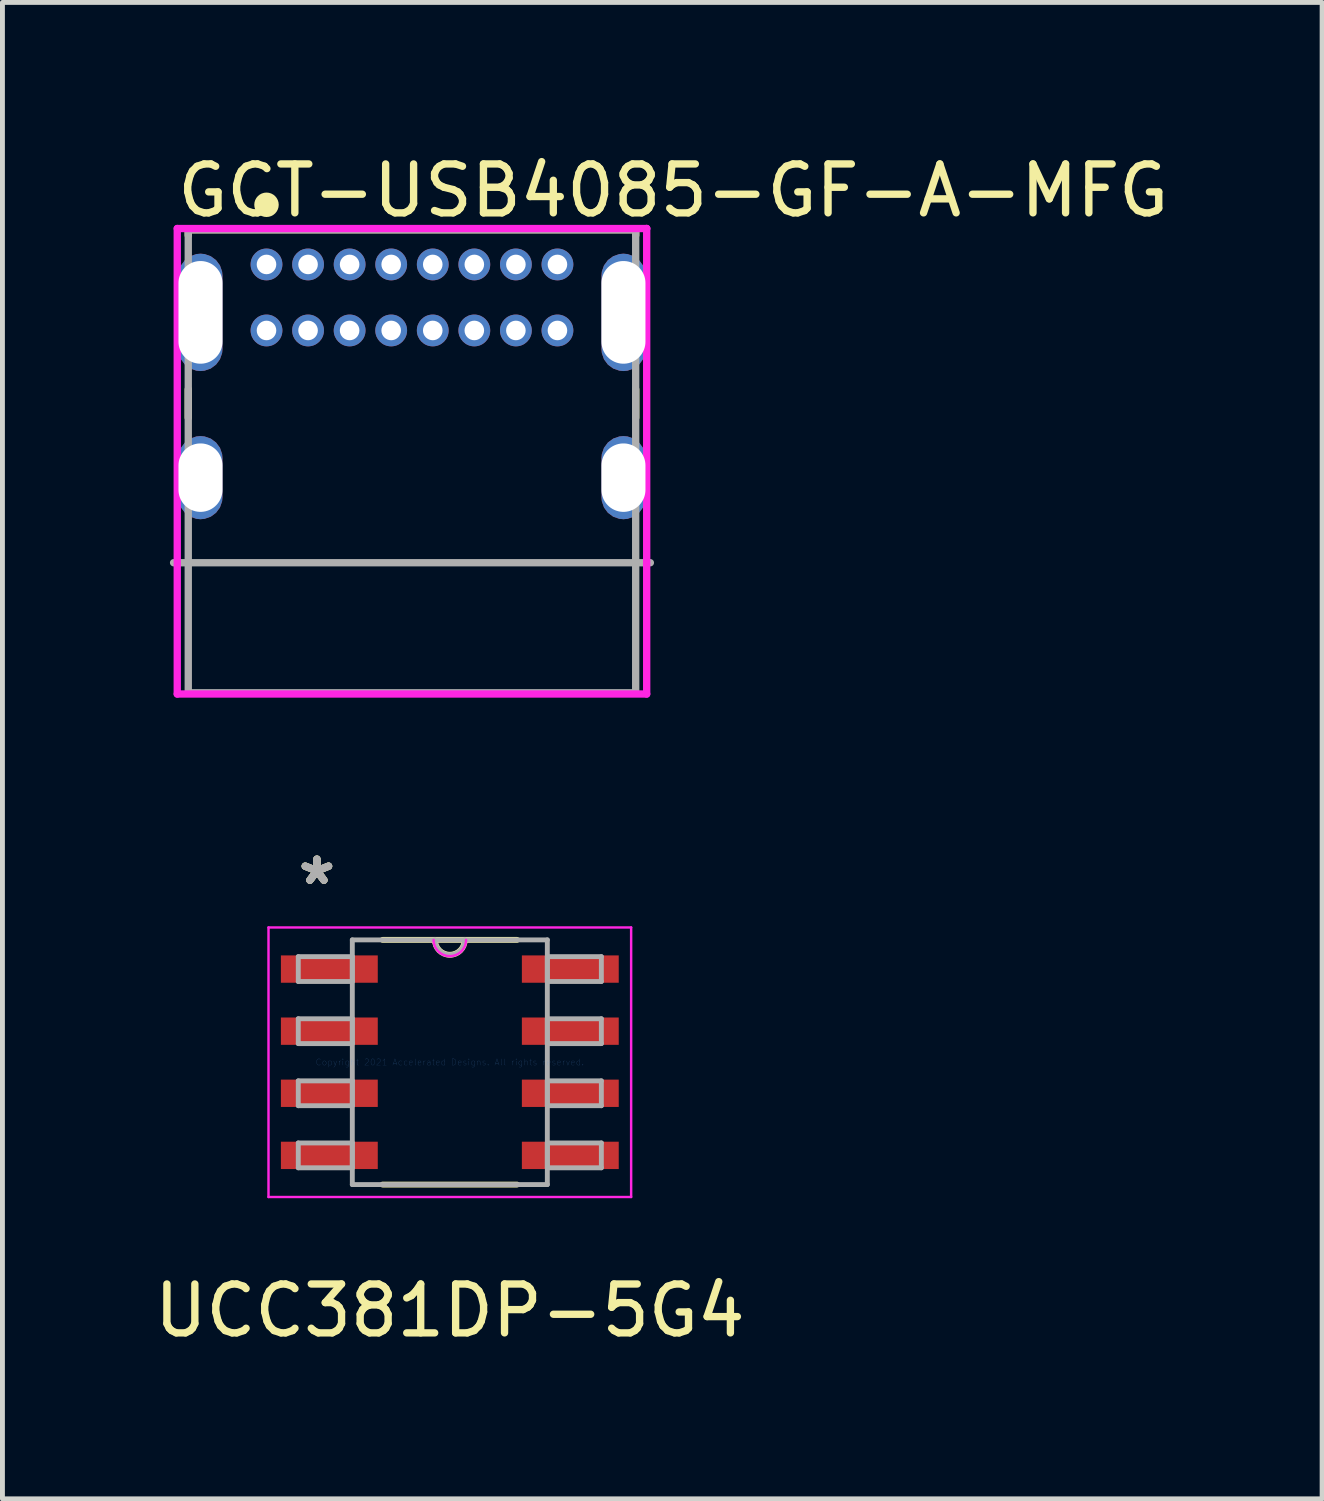
<source format=kicad_pcb>
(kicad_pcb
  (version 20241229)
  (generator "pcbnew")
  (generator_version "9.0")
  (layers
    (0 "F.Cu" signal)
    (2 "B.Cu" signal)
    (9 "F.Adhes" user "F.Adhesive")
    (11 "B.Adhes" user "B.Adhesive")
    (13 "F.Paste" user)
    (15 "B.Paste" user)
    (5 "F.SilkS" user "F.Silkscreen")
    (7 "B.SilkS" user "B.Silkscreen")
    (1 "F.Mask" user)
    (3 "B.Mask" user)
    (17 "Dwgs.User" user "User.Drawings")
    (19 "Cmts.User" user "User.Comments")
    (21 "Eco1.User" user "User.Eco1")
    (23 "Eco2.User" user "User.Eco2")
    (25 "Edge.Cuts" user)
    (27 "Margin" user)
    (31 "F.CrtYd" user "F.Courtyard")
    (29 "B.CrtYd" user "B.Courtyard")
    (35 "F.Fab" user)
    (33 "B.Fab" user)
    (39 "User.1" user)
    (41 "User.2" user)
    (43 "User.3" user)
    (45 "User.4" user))
  (footprint "UCC381DP-5G4"
    (layer "F.Cu")
    (at 6.149 18.673)
    (property "Reference" "UCC381DP-5G4" (at 0 5.08 0) (layer "F.SilkS") (effects (font (size 1 1) (thickness 0.15))))
    (attr through_hole)
    (fp_line (start -1.374 2.502) (end 1.374 2.502) (stroke (width 0.12) (type solid)) (layer "F.SilkS"))
    (fp_line (start 1.374 -2.502) (end -1.374 -2.502) (stroke (width 0.12) (type solid)) (layer "F.SilkS"))
    (fp_arc (start 0.3048 -2.5019) (mid 0 -2.1971) (end -0.3048 -2.5019) (stroke (width 0.12) (type solid)) (layer "F.SilkS"))
    (fp_line (start -3.708 -2.756) (end 3.708 -2.756) (stroke (width 0.05) (type solid)) (layer "F.CrtYd"))
    (fp_line (start -3.708 2.756) (end -3.708 -2.756) (stroke (width 0.05) (type solid)) (layer "F.CrtYd"))
    (fp_line (start 3.708 -2.756) (end 3.708 2.756) (stroke (width 0.05) (type solid)) (layer "F.CrtYd"))
    (fp_line (start 3.708 2.756) (end -3.708 2.756) (stroke (width 0.05) (type solid)) (layer "F.CrtYd"))
    (fp_arc (start 0.332317 -2.5019) (mid 0 -2.169583) (end -0.332317 -2.5019) (stroke (width 0.05) (type solid)) (layer "F.CrtYd"))
    (fp_line (start -3.099 -2.159) (end -3.099 -1.651) (stroke (width 0.1) (type solid)) (layer "F.Fab"))
    (fp_line (start -3.099 -1.651) (end -1.994 -1.651) (stroke (width 0.1) (type solid)) (layer "F.Fab"))
    (fp_line (start -3.099 -0.889) (end -3.099 -0.381) (stroke (width 0.1) (type solid)) (layer "F.Fab"))
    (fp_line (start -3.099 -0.381) (end -1.994 -0.381) (stroke (width 0.1) (type solid)) (layer "F.Fab"))
    (fp_line (start -3.099 0.381) (end -3.099 0.889) (stroke (width 0.1) (type solid)) (layer "F.Fab"))
    (fp_line (start -3.099 0.889) (end -1.994 0.889) (stroke (width 0.1) (type solid)) (layer "F.Fab"))
    (fp_line (start -3.099 1.651) (end -3.099 2.159) (stroke (width 0.1) (type solid)) (layer "F.Fab"))
    (fp_line (start -3.099 2.159) (end -1.994 2.159) (stroke (width 0.1) (type solid)) (layer "F.Fab"))
    (fp_line (start -1.994 -2.502) (end -1.994 2.502) (stroke (width 0.1) (type solid)) (layer "F.Fab"))
    (fp_line (start -1.994 -2.159) (end -3.099 -2.159) (stroke (width 0.1) (type solid)) (layer "F.Fab"))
    (fp_line (start -1.994 -1.651) (end -1.994 -2.159) (stroke (width 0.1) (type solid)) (layer "F.Fab"))
    (fp_line (start -1.994 -0.889) (end -3.099 -0.889) (stroke (width 0.1) (type solid)) (layer "F.Fab"))
    (fp_line (start -1.994 -0.381) (end -1.994 -0.889) (stroke (width 0.1) (type solid)) (layer "F.Fab"))
    (fp_line (start -1.994 0.381) (end -3.099 0.381) (stroke (width 0.1) (type solid)) (layer "F.Fab"))
    (fp_line (start -1.994 0.889) (end -1.994 0.381) (stroke (width 0.1) (type solid)) (layer "F.Fab"))
    (fp_line (start -1.994 1.651) (end -3.099 1.651) (stroke (width 0.1) (type solid)) (layer "F.Fab"))
    (fp_line (start -1.994 2.159) (end -1.994 1.651) (stroke (width 0.1) (type solid)) (layer "F.Fab"))
    (fp_line (start -1.994 2.502) (end 1.994 2.502) (stroke (width 0.1) (type solid)) (layer "F.Fab"))
    (fp_line (start 1.994 -2.502) (end -1.994 -2.502) (stroke (width 0.1) (type solid)) (layer "F.Fab"))
    (fp_line (start 1.994 -2.159) (end 1.994 -1.651) (stroke (width 0.1) (type solid)) (layer "F.Fab"))
    (fp_line (start 1.994 -1.651) (end 3.099 -1.651) (stroke (width 0.1) (type solid)) (layer "F.Fab"))
    (fp_line (start 1.994 -0.889) (end 1.994 -0.381) (stroke (width 0.1) (type solid)) (layer "F.Fab"))
    (fp_line (start 1.994 -0.381) (end 3.099 -0.381) (stroke (width 0.1) (type solid)) (layer "F.Fab"))
    (fp_line (start 1.994 0.381) (end 1.994 0.889) (stroke (width 0.1) (type solid)) (layer "F.Fab"))
    (fp_line (start 1.994 0.889) (end 3.099 0.889) (stroke (width 0.1) (type solid)) (layer "F.Fab"))
    (fp_line (start 1.994 1.651) (end 1.994 2.159) (stroke (width 0.1) (type solid)) (layer "F.Fab"))
    (fp_line (start 1.994 2.159) (end 3.099 2.159) (stroke (width 0.1) (type solid)) (layer "F.Fab"))
    (fp_line (start 1.994 2.502) (end 1.994 -2.502) (stroke (width 0.1) (type solid)) (layer "F.Fab"))
    (fp_line (start 3.099 -2.159) (end 1.994 -2.159) (stroke (width 0.1) (type solid)) (layer "F.Fab"))
    (fp_line (start 3.099 -1.651) (end 3.099 -2.159) (stroke (width 0.1) (type solid)) (layer "F.Fab"))
    (fp_line (start 3.099 -0.889) (end 1.994 -0.889) (stroke (width 0.1) (type solid)) (layer "F.Fab"))
    (fp_line (start 3.099 -0.381) (end 3.099 -0.889) (stroke (width 0.1) (type solid)) (layer "F.Fab"))
    (fp_line (start 3.099 0.381) (end 1.994 0.381) (stroke (width 0.1) (type solid)) (layer "F.Fab"))
    (fp_line (start 3.099 0.889) (end 3.099 0.381) (stroke (width 0.1) (type solid)) (layer "F.Fab"))
    (fp_line (start 3.099 1.651) (end 1.994 1.651) (stroke (width 0.1) (type solid)) (layer "F.Fab"))
    (fp_line (start 3.099 2.159) (end 3.099 1.651) (stroke (width 0.1) (type solid)) (layer "F.Fab"))
    (fp_arc (start 0.3048 -2.5019) (mid 0 -2.1971) (end -0.3048 -2.5019) (stroke (width 0.1) (type solid)) (layer "F.Fab"))
    (fp_text user "*" (at -2.718 -3.607 0) (layer "F.SilkS") (effects (font (size 1 1) (thickness 0.15))))
    (fp_text user "*" (at -2.718 -3.607 0) (layer "F.SilkS") (effects (font (size 1 1) (thickness 0.15))))
    (fp_text user "Copyright 2021 Accelerated Designs. All rights reserved." (at 0 0 0) (layer "Cmts.User") (effects (font (size 0.127 0.127) (thickness 0.002))))
    (fp_text user "*" (at -2.718 -3.607 0) (layer "F.Fab") (effects (font (size 1 1) (thickness 0.15))))
    (fp_text user "*" (at -2.718 -3.607 0) (layer "F.Fab") (effects (font (size 1 1) (thickness 0.15))))
    (pad "1" smd rect (at -2.464 -1.905) (size 1.981 0.559) (layers "F.Cu" "F.Mask" "F.Paste"))
    (pad "2" smd rect (at -2.464 -0.635) (size 1.981 0.559) (layers "F.Cu" "F.Mask" "F.Paste"))
    (pad "3" smd rect (at -2.464 0.635) (size 1.981 0.559) (layers "F.Cu" "F.Mask" "F.Paste"))
    (pad "4" smd rect (at -2.464 1.905) (size 1.981 0.559) (layers "F.Cu" "F.Mask" "F.Paste"))
    (pad "5" smd rect (at 2.464 1.905) (size 1.981 0.559) (layers "F.Cu" "F.Mask" "F.Paste"))
    (pad "6" smd rect (at 2.464 0.635) (size 1.981 0.559) (layers "F.Cu" "F.Mask" "F.Paste"))
    (pad "7" smd rect (at 2.464 -0.635) (size 1.981 0.559) (layers "F.Cu" "F.Mask" "F.Paste"))
    (pad "8" smd rect (at 2.464 -1.905) (size 1.981 0.559) (layers "F.Cu" "F.Mask" "F.Paste")))
  (footprint "GCT-USB4085-GF-A-MFG"
    (layer "F.Cu")
    (at 5.375 6.383)
    (property "Reference" "GCT-USB4085-GF-A-MFG" (at -4.875 -5.535 0) (layer "F.SilkS") (effects (font (size 1 1) (thickness 0.15)) (justify left)))
    (attr through_hole)
    (fp_line (start -4.575 -4.735) (end 4.575 -4.735) (stroke (width 0.15) (type solid)) (layer "F.SilkS"))
    (fp_line (start -4.575 -4.62) (end -4.575 -4.735) (stroke (width 0.15) (type solid)) (layer "F.SilkS"))
    (fp_line (start -4.575 -0.89) (end -4.575 -1.47) (stroke (width 0.15) (type solid)) (layer "F.SilkS"))
    (fp_line (start 4.575 -4.62) (end 4.575 -4.735) (stroke (width 0.15) (type solid)) (layer "F.SilkS"))
    (fp_line (start 4.575 -0.89) (end 4.575 -1.47) (stroke (width 0.15) (type solid)) (layer "F.SilkS"))
    (fp_circle (center -2.975 -5.245) (end -2.85 -5.245) (stroke (width 0.25) (type solid)) (fill no) (layer "F.SilkS"))
    (fp_line (start -4.8 -4.76) (end -4.8 4.76) (stroke (width 0.15) (type solid)) (layer "F.CrtYd"))
    (fp_line (start -4.8 4.76) (end 4.8 4.76) (stroke (width 0.15) (type solid)) (layer "F.CrtYd"))
    (fp_line (start 4.8 -4.76) (end -4.8 -4.76) (stroke (width 0.15) (type solid)) (layer "F.CrtYd"))
    (fp_line (start 4.8 -4.76) (end 4.8 -4.76) (stroke (width 0.15) (type solid)) (layer "F.CrtYd"))
    (fp_line (start 4.8 4.76) (end 4.8 -4.76) (stroke (width 0.15) (type solid)) (layer "F.CrtYd"))
    (fp_line (start -4.875 2.075) (end 4.875 2.075) (stroke (width 0.15) (type solid)) (layer "F.Fab"))
    (fp_line (start -4.575 -4.735) (end 4.575 -4.735) (stroke (width 0.15) (type solid)) (layer "F.Fab"))
    (fp_line (start -4.575 4.735) (end -4.575 -4.735) (stroke (width 0.15) (type solid)) (layer "F.Fab"))
    (fp_line (start 4.575 -4.735) (end 4.575 4.735) (stroke (width 0.15) (type solid)) (layer "F.Fab"))
    (fp_line (start 4.575 4.735) (end -4.575 4.735) (stroke (width 0.15) (type solid)) (layer "F.Fab"))
    (pad "1" thru_hole roundrect (at -4.325 -3.045) (size 0.9 2.4) (drill oval 2.1) (layers "*.Cu") (roundrect_rratio 0.5))
    (pad "2" thru_hole roundrect (at 4.325 -3.045) (size 0.9 2.4) (drill oval 2.1) (layers "*.Cu") (roundrect_rratio 0.5))
    (pad "3" thru_hole roundrect (at -4.325 0.335) (size 0.9 1.7) (drill oval 1.4) (layers "*.Cu") (roundrect_rratio 0.5))
    (pad "4" thru_hole roundrect (at 4.325 0.335) (size 0.9 1.7) (drill oval 1.4) (layers "*.Cu") (roundrect_rratio 0.5))
    (pad "A1" thru_hole circle (at -2.975 -4.025) (size 0.65 0.65) (drill 0.4) (layers "*.Cu"))
    (pad "A4" thru_hole circle (at -2.125 -4.025) (size 0.65 0.65) (drill 0.4) (layers "*.Cu"))
    (pad "A5" thru_hole circle (at -1.275 -4.025) (size 0.65 0.65) (drill 0.4) (layers "*.Cu"))
    (pad "A6" thru_hole circle (at -0.425 -4.025) (size 0.65 0.65) (drill 0.4) (layers "*.Cu"))
    (pad "A7" thru_hole circle (at 0.425 -4.025) (size 0.65 0.65) (drill 0.4) (layers "*.Cu"))
    (pad "A8" thru_hole circle (at 1.275 -4.025) (size 0.65 0.65) (drill 0.4) (layers "*.Cu"))
    (pad "A9" thru_hole circle (at 2.125 -4.025) (size 0.65 0.65) (drill 0.4) (layers "*.Cu"))
    (pad "A12" thru_hole circle (at 2.975 -4.025) (size 0.65 0.65) (drill 0.4) (layers "*.Cu"))
    (pad "B1" thru_hole circle (at 2.975 -2.675) (size 0.65 0.65) (drill 0.4) (layers "*.Cu"))
    (pad "B4" thru_hole circle (at 2.125 -2.675) (size 0.65 0.65) (drill 0.4) (layers "*.Cu"))
    (pad "B5" thru_hole circle (at 1.275 -2.675) (size 0.65 0.65) (drill 0.4) (layers "*.Cu"))
    (pad "B6" thru_hole circle (at 0.425 -2.675) (size 0.65 0.65) (drill 0.4) (layers "*.Cu"))
    (pad "B7" thru_hole circle (at -0.425 -2.675) (size 0.65 0.65) (drill 0.4) (layers "*.Cu"))
    (pad "B8" thru_hole circle (at -1.275 -2.675) (size 0.65 0.65) (drill 0.4) (layers "*.Cu"))
    (pad "B9" thru_hole circle (at -2.125 -2.675) (size 0.65 0.65) (drill 0.4) (layers "*.Cu"))
    (pad "B12" thru_hole circle (at -2.975 -2.675) (size 0.65 0.65) (drill 0.4) (layers "*.Cu")))
  (gr_rect
    (start -3 -3)
    (end 23.988 27.602)
    (stroke (width 0.1) (type default))
    (fill no)
    (layer "Edge.Cuts")))
</source>
